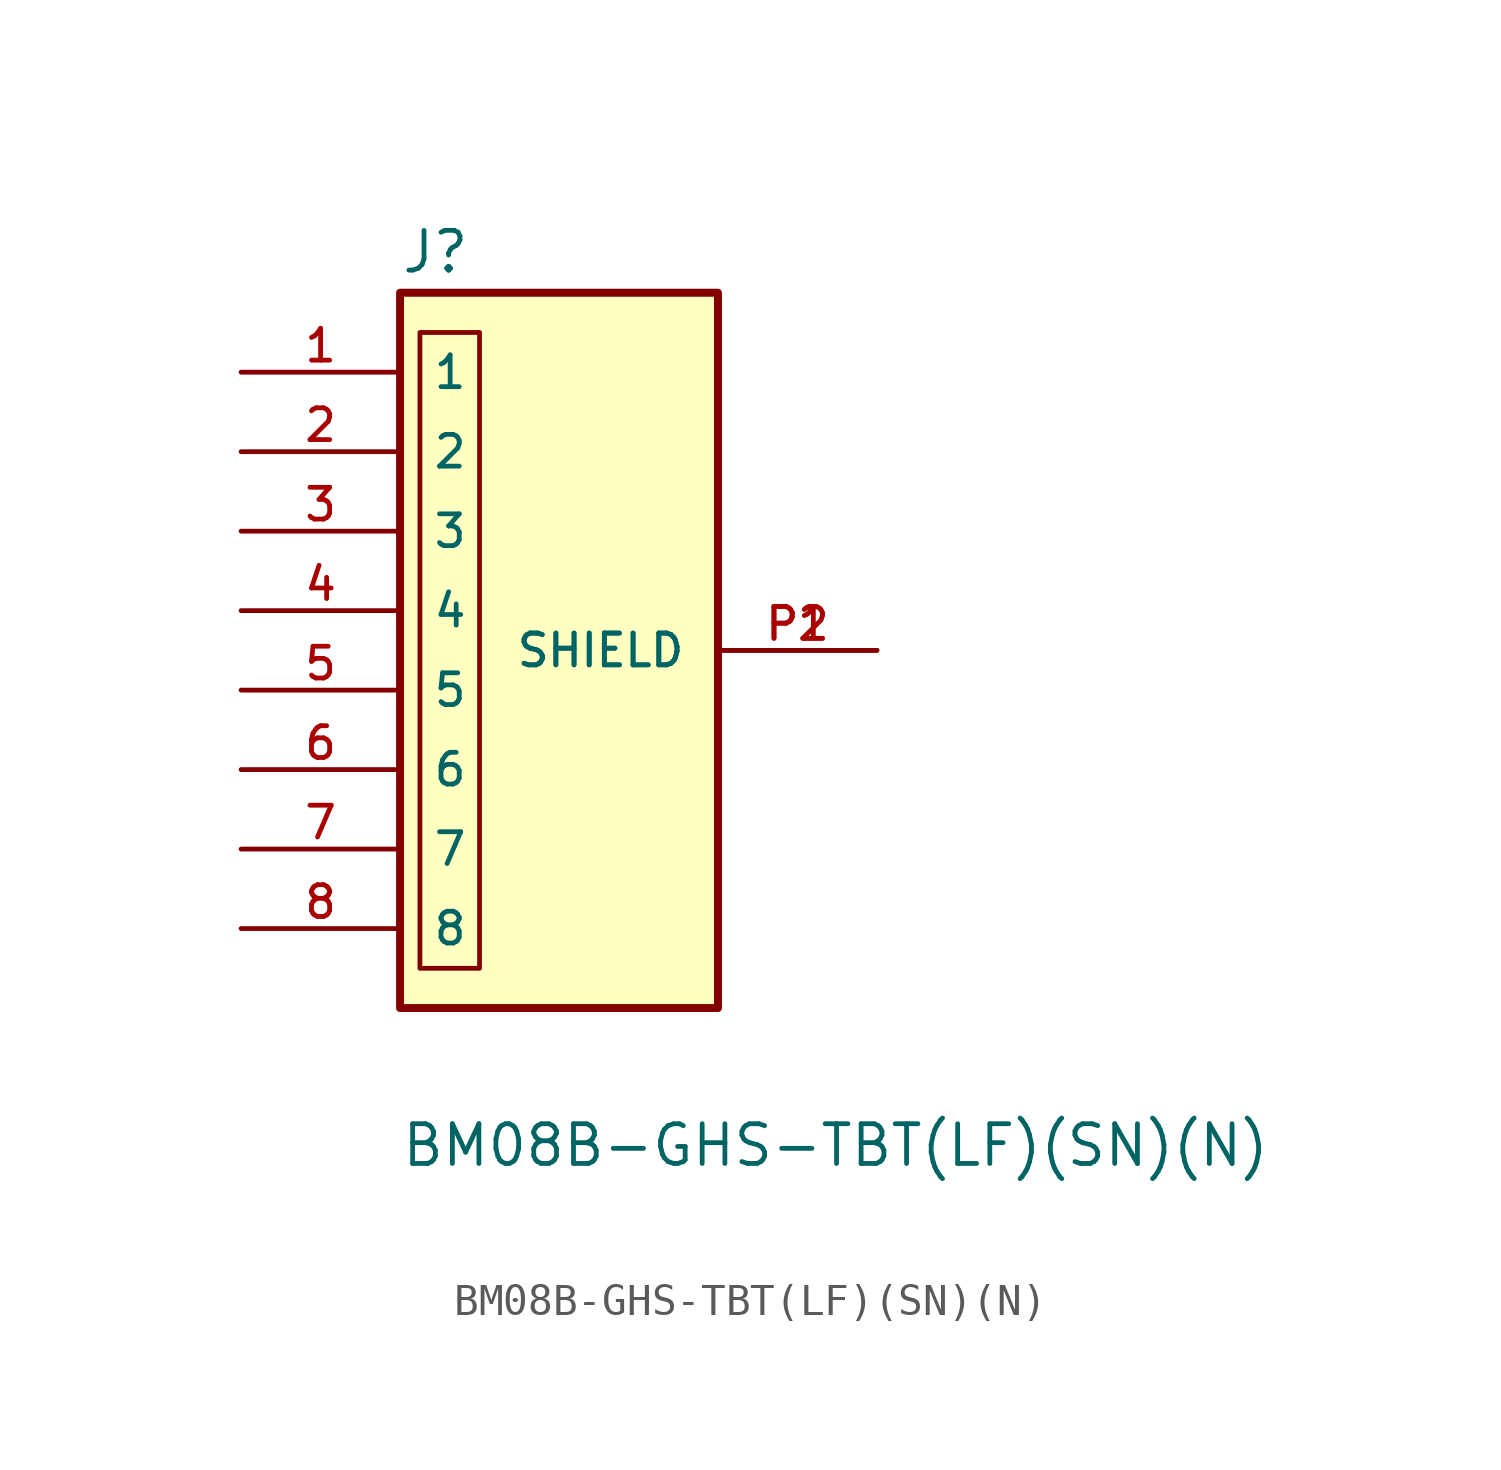
<source format=kicad_sym>
(kicad_symbol_lib
  (version 20211014)
  (generator kicad_symbol_editor)
  (symbol "BM08B-GHS-TBT(LF)(SN)(N)"
    (pin_names
      (offset 1.016))
    (property "Reference" "J"
      (at -5.08 13.259 0)
      (effects (font (size 1.27 1.27)) (justify left bottom)))
    (property "Value" "BM08B-GHS-TBT(LF)(SN)(N)"
      (at -5.08 -15.291 0)
      (effects (font (size 1.27 1.27)) (justify left bottom)))
    (property "ki_locked" ""
      (at 0 0 0)
      (effects (font (size 1.27 1.27))))
    (symbol "BM08B-GHS-TBT(LF)(SN)(N)_0_0"
      (rectangle (start -5.08 12.7) (end 5.08 -10.16) (stroke (width 0.254) (type default) (color 0 0 0 0)) (fill (type background)))
      (pin passive line (at -10.16 10.16 0) (length 5.08) (name "1" (effects (font (size 1.016 1.016)))) (number "1" (effects (font (size 1.016 1.016)))))
      (pin passive line (at -10.16 7.62 0) (length 5.08) (name "2" (effects (font (size 1.016 1.016)))) (number "2" (effects (font (size 1.016 1.016)))))
      (pin passive line (at -10.16 5.08 0) (length 5.08) (name "3" (effects (font (size 1.016 1.016)))) (number "3" (effects (font (size 1.016 1.016)))))
      (pin passive line (at -10.16 2.54 0) (length 5.08) (name "4" (effects (font (size 1.016 1.016)))) (number "4" (effects (font (size 1.016 1.016)))))
      (pin passive line (at -10.16 0 0) (length 5.08) (name "5" (effects (font (size 1.016 1.016)))) (number "5" (effects (font (size 1.016 1.016)))))
      (pin passive line (at -10.16 -2.54 0) (length 5.08) (name "6" (effects (font (size 1.016 1.016)))) (number "6" (effects (font (size 1.016 1.016)))))
      (pin passive line (at -10.16 -5.08 0) (length 5.08) (name "7" (effects (font (size 1.016 1.016)))) (number "7" (effects (font (size 1.016 1.016)))))
      (pin passive line (at -10.16 -7.62 0) (length 5.08) (name "8" (effects (font (size 1.016 1.016)))) (number "8" (effects (font (size 1.016 1.016)))))
      (pin passive line (at 10.16 1.27 180) (length 5.08) (name "SHIELD" (effects (font (size 1.016 1.016)))) (number "P1" (effects (font (size 1.016 1.016)))))
      (pin passive line (at 10.16 1.27 180) (length 5.08) (name "SHIELD" (effects (font (size 1.016 1.016)))) (number "P2" (effects (font (size 1.016 1.016))))))
    (symbol "BM08B-GHS-TBT(LF)(SN)(N)_1_1"
      (rectangle (start -4.445 11.43) (end -2.54 -8.89) (stroke (width 0.152) (type default) (color 0 0 0 0)) (fill (type none))))))
</source>
